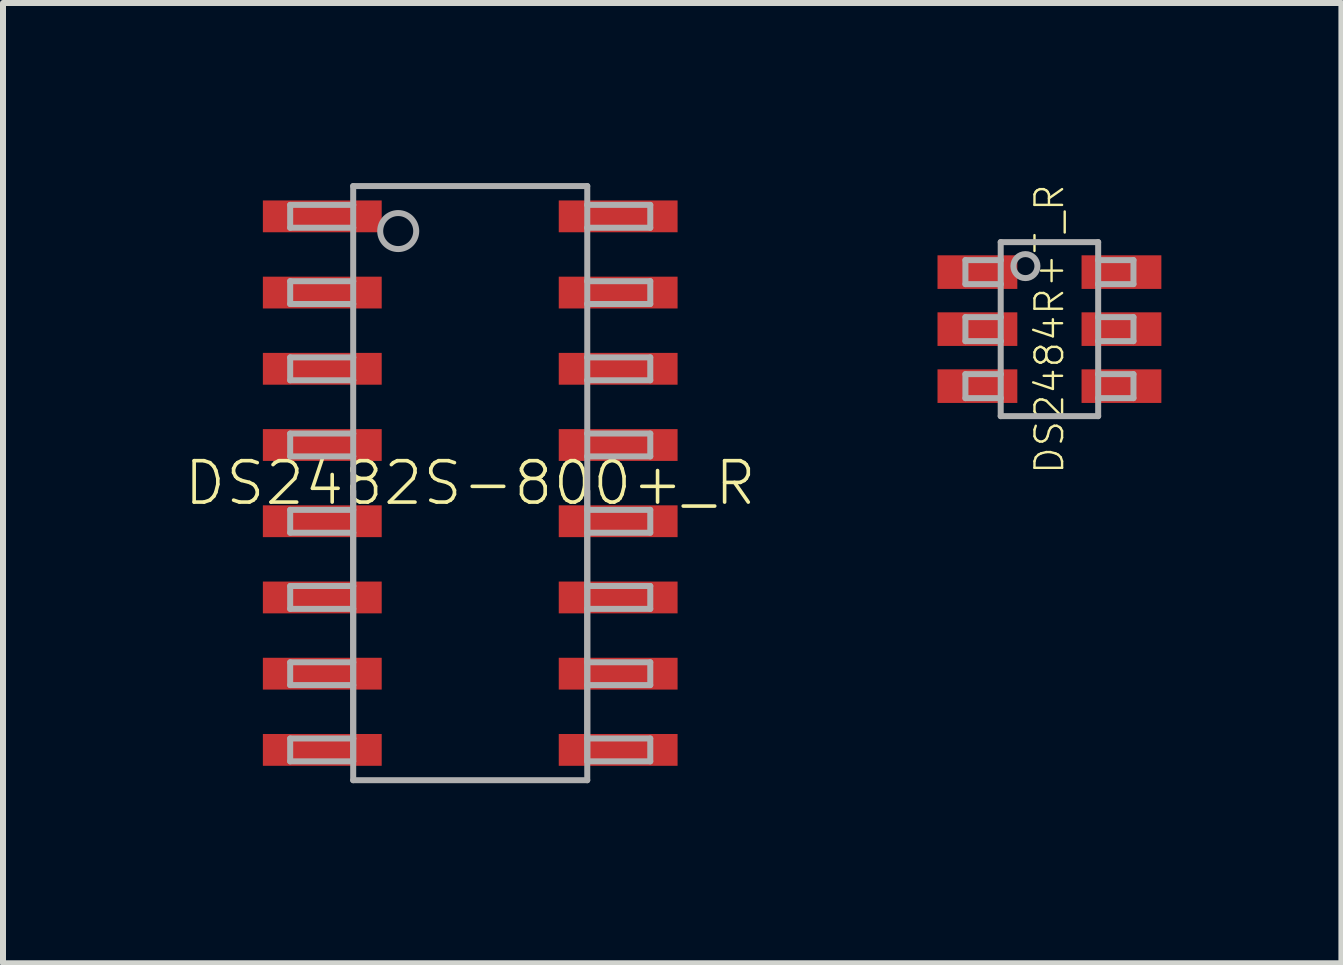
<source format=kicad_pcb>
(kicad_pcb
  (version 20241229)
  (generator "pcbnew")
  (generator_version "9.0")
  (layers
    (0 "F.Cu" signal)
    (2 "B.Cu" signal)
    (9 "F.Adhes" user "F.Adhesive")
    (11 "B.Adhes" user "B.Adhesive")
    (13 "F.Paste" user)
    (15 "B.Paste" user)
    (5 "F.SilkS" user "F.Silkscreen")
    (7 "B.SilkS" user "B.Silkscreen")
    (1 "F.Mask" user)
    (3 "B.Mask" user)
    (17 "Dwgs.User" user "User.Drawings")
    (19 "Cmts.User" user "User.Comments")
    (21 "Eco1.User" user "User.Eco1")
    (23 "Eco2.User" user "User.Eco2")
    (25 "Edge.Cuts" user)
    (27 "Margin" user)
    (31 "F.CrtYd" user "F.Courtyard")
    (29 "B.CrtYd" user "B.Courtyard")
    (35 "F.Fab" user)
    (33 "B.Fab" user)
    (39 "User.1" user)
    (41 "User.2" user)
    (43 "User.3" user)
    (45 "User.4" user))
  (footprint "DS2482S-800+_R"
    (layer "F.Cu")
    (at 4.785 5)
    (property "Reference" "DS2482S-800+_R" (at 0 0 0) (unlocked yes) (layer "F.SilkS") (effects (font (size 0.69 0.69) (thickness 0.06))))
    (fp_poly (pts (xy -1.475 -4.18) (xy -3.455 -4.18) (xy -3.455 -4.71) (xy -1.475 -4.71)) (stroke (width 0) (type default)) (fill yes) (layer "F.Paste"))
    (fp_poly (pts (xy -1.475 -2.91) (xy -3.455 -2.91) (xy -3.455 -3.44) (xy -1.475 -3.44)) (stroke (width 0) (type default)) (fill yes) (layer "F.Paste"))
    (fp_poly (pts (xy -1.475 -1.64) (xy -3.455 -1.64) (xy -3.455 -2.17) (xy -1.475 -2.17)) (stroke (width 0) (type default)) (fill yes) (layer "F.Paste"))
    (fp_poly (pts (xy -1.475 -0.37) (xy -3.455 -0.37) (xy -3.455 -0.9) (xy -1.475 -0.9)) (stroke (width 0) (type default)) (fill yes) (layer "F.Paste"))
    (fp_poly (pts (xy -1.475 0.9) (xy -3.455 0.9) (xy -3.455 0.37) (xy -1.475 0.37)) (stroke (width 0) (type default)) (fill yes) (layer "F.Paste"))
    (fp_poly (pts (xy -1.475 2.17) (xy -3.455 2.17) (xy -3.455 1.64) (xy -1.475 1.64)) (stroke (width 0) (type default)) (fill yes) (layer "F.Paste"))
    (fp_poly (pts (xy -1.475 3.44) (xy -3.455 3.44) (xy -3.455 2.91) (xy -1.475 2.91)) (stroke (width 0) (type default)) (fill yes) (layer "F.Paste"))
    (fp_poly (pts (xy -1.475 4.71) (xy -3.455 4.71) (xy -3.455 4.18) (xy -1.475 4.18)) (stroke (width 0) (type default)) (fill yes) (layer "F.Paste"))
    (fp_poly (pts (xy 3.455 -4.18) (xy 1.475 -4.18) (xy 1.475 -4.71) (xy 3.455 -4.71)) (stroke (width 0) (type default)) (fill yes) (layer "F.Paste"))
    (fp_poly (pts (xy 3.455 -2.91) (xy 1.475 -2.91) (xy 1.475 -3.44) (xy 3.455 -3.44)) (stroke (width 0) (type default)) (fill yes) (layer "F.Paste"))
    (fp_poly (pts (xy 3.455 -1.64) (xy 1.475 -1.64) (xy 1.475 -2.17) (xy 3.455 -2.17)) (stroke (width 0) (type default)) (fill yes) (layer "F.Paste"))
    (fp_poly (pts (xy 3.455 -0.37) (xy 1.475 -0.37) (xy 1.475 -0.9) (xy 3.455 -0.9)) (stroke (width 0) (type default)) (fill yes) (layer "F.Paste"))
    (fp_poly (pts (xy 3.455 0.9) (xy 1.475 0.9) (xy 1.475 0.37) (xy 3.455 0.37)) (stroke (width 0) (type default)) (fill yes) (layer "F.Paste"))
    (fp_poly (pts (xy 3.455 2.17) (xy 1.475 2.17) (xy 1.475 1.64) (xy 3.455 1.64)) (stroke (width 0) (type default)) (fill yes) (layer "F.Paste"))
    (fp_poly (pts (xy 3.455 3.44) (xy 1.475 3.44) (xy 1.475 2.91) (xy 3.455 2.91)) (stroke (width 0) (type default)) (fill yes) (layer "F.Paste"))
    (fp_poly (pts (xy 3.455 4.71) (xy 1.475 4.71) (xy 1.475 4.18) (xy 3.455 4.18)) (stroke (width 0) (type default)) (fill yes) (layer "F.Paste"))
    (fp_line (start -3 -4.636) (end -3 -4.255) (stroke (width 0.1) (type solid)) (layer "F.Fab"))
    (fp_line (start -3 -4.255) (end -1.95 -4.255) (stroke (width 0.1) (type solid)) (layer "F.Fab"))
    (fp_line (start -3 -3.365) (end -3 -2.985) (stroke (width 0.1) (type solid)) (layer "F.Fab"))
    (fp_line (start -3 -2.985) (end -1.95 -2.985) (stroke (width 0.1) (type solid)) (layer "F.Fab"))
    (fp_line (start -3 -2.095) (end -3 -1.714) (stroke (width 0.1) (type solid)) (layer "F.Fab"))
    (fp_line (start -3 -1.714) (end -1.95 -1.714) (stroke (width 0.1) (type solid)) (layer "F.Fab"))
    (fp_line (start -3 -0.826) (end -3 -0.445) (stroke (width 0.1) (type solid)) (layer "F.Fab"))
    (fp_line (start -3 -0.445) (end -1.95 -0.445) (stroke (width 0.1) (type solid)) (layer "F.Fab"))
    (fp_line (start -3 0.445) (end -3 0.826) (stroke (width 0.1) (type solid)) (layer "F.Fab"))
    (fp_line (start -3 0.826) (end -1.95 0.826) (stroke (width 0.1) (type solid)) (layer "F.Fab"))
    (fp_line (start -3 1.714) (end -3 2.095) (stroke (width 0.1) (type solid)) (layer "F.Fab"))
    (fp_line (start -3 2.095) (end -1.95 2.095) (stroke (width 0.1) (type solid)) (layer "F.Fab"))
    (fp_line (start -3 2.985) (end -3 3.365) (stroke (width 0.1) (type solid)) (layer "F.Fab"))
    (fp_line (start -3 3.365) (end -1.95 3.365) (stroke (width 0.1) (type solid)) (layer "F.Fab"))
    (fp_line (start -3 4.255) (end -3 4.636) (stroke (width 0.1) (type solid)) (layer "F.Fab"))
    (fp_line (start -3 4.636) (end -1.95 4.636) (stroke (width 0.1) (type solid)) (layer "F.Fab"))
    (fp_line (start -1.95 -4.95) (end -1.95 -4.636) (stroke (width 0.1) (type solid)) (layer "F.Fab"))
    (fp_line (start -1.95 -4.636) (end -3 -4.636) (stroke (width 0.1) (type solid)) (layer "F.Fab"))
    (fp_line (start -1.95 -4.636) (end -1.95 -4.255) (stroke (width 0.1) (type solid)) (layer "F.Fab"))
    (fp_line (start -1.95 -4.255) (end -1.95 -3.365) (stroke (width 0.1) (type solid)) (layer "F.Fab"))
    (fp_line (start -1.95 -3.365) (end -3 -3.365) (stroke (width 0.1) (type solid)) (layer "F.Fab"))
    (fp_line (start -1.95 -3.365) (end -1.95 -2.985) (stroke (width 0.1) (type solid)) (layer "F.Fab"))
    (fp_line (start -1.95 -2.985) (end -1.95 -2.095) (stroke (width 0.1) (type solid)) (layer "F.Fab"))
    (fp_line (start -1.95 -2.095) (end -3 -2.095) (stroke (width 0.1) (type solid)) (layer "F.Fab"))
    (fp_line (start -1.95 -2.095) (end -1.95 -1.714) (stroke (width 0.1) (type solid)) (layer "F.Fab"))
    (fp_line (start -1.95 -1.714) (end -1.95 -0.826) (stroke (width 0.1) (type solid)) (layer "F.Fab"))
    (fp_line (start -1.95 -0.826) (end -3 -0.826) (stroke (width 0.1) (type solid)) (layer "F.Fab"))
    (fp_line (start -1.95 -0.826) (end -1.95 -0.445) (stroke (width 0.1) (type solid)) (layer "F.Fab"))
    (fp_line (start -1.95 -0.445) (end -1.95 4.95) (stroke (width 0.1) (type solid)) (layer "F.Fab"))
    (fp_line (start -1.95 0.13) (end -1.95 0.445) (stroke (width 0.1) (type solid)) (layer "F.Fab"))
    (fp_line (start -1.95 0.445) (end -3 0.445) (stroke (width 0.1) (type solid)) (layer "F.Fab"))
    (fp_line (start -1.95 0.445) (end -1.95 0.826) (stroke (width 0.1) (type solid)) (layer "F.Fab"))
    (fp_line (start -1.95 0.826) (end -1.95 1.714) (stroke (width 0.1) (type solid)) (layer "F.Fab"))
    (fp_line (start -1.95 1.714) (end -3 1.714) (stroke (width 0.1) (type solid)) (layer "F.Fab"))
    (fp_line (start -1.95 1.714) (end -1.95 2.095) (stroke (width 0.1) (type solid)) (layer "F.Fab"))
    (fp_line (start -1.95 2.095) (end -1.95 2.985) (stroke (width 0.1) (type solid)) (layer "F.Fab"))
    (fp_line (start -1.95 2.985) (end -3 2.985) (stroke (width 0.1) (type solid)) (layer "F.Fab"))
    (fp_line (start -1.95 2.985) (end -1.95 3.365) (stroke (width 0.1) (type solid)) (layer "F.Fab"))
    (fp_line (start -1.95 3.365) (end -1.95 4.255) (stroke (width 0.1) (type solid)) (layer "F.Fab"))
    (fp_line (start -1.95 4.255) (end -3 4.255) (stroke (width 0.1) (type solid)) (layer "F.Fab"))
    (fp_line (start -1.95 4.255) (end -1.95 4.636) (stroke (width 0.1) (type solid)) (layer "F.Fab"))
    (fp_line (start -1.95 4.95) (end 1.95 4.95) (stroke (width 0.1) (type solid)) (layer "F.Fab"))
    (fp_line (start 1.95 -4.95) (end -1.95 -4.95) (stroke (width 0.1) (type solid)) (layer "F.Fab"))
    (fp_line (start 1.95 -4.636) (end 1.95 -4.95) (stroke (width 0.1) (type solid)) (layer "F.Fab"))
    (fp_line (start 1.95 -4.255) (end 1.95 -4.636) (stroke (width 0.1) (type solid)) (layer "F.Fab"))
    (fp_line (start 1.95 -4.255) (end 3 -4.255) (stroke (width 0.1) (type solid)) (layer "F.Fab"))
    (fp_line (start 1.95 -3.365) (end 1.95 -4.255) (stroke (width 0.1) (type solid)) (layer "F.Fab"))
    (fp_line (start 1.95 -2.985) (end 1.95 -3.365) (stroke (width 0.1) (type solid)) (layer "F.Fab"))
    (fp_line (start 1.95 -2.985) (end 3 -2.985) (stroke (width 0.1) (type solid)) (layer "F.Fab"))
    (fp_line (start 1.95 -2.095) (end 1.95 -2.985) (stroke (width 0.1) (type solid)) (layer "F.Fab"))
    (fp_line (start 1.95 -1.714) (end 1.95 -2.095) (stroke (width 0.1) (type solid)) (layer "F.Fab"))
    (fp_line (start 1.95 -1.714) (end 3 -1.714) (stroke (width 0.1) (type solid)) (layer "F.Fab"))
    (fp_line (start 1.95 -0.826) (end 1.95 -1.714) (stroke (width 0.1) (type solid)) (layer "F.Fab"))
    (fp_line (start 1.95 -0.445) (end 1.95 -0.826) (stroke (width 0.1) (type solid)) (layer "F.Fab"))
    (fp_line (start 1.95 -0.445) (end 3 -0.445) (stroke (width 0.1) (type solid)) (layer "F.Fab"))
    (fp_line (start 1.95 0.445) (end 1.95 0.13) (stroke (width 0.1) (type solid)) (layer "F.Fab"))
    (fp_line (start 1.95 0.826) (end 1.95 0.445) (stroke (width 0.1) (type solid)) (layer "F.Fab"))
    (fp_line (start 1.95 0.826) (end 3 0.826) (stroke (width 0.1) (type solid)) (layer "F.Fab"))
    (fp_line (start 1.95 1.714) (end 1.95 0.826) (stroke (width 0.1) (type solid)) (layer "F.Fab"))
    (fp_line (start 1.95 2.095) (end 1.95 1.714) (stroke (width 0.1) (type solid)) (layer "F.Fab"))
    (fp_line (start 1.95 2.095) (end 3 2.095) (stroke (width 0.1) (type solid)) (layer "F.Fab"))
    (fp_line (start 1.95 2.985) (end 1.95 2.095) (stroke (width 0.1) (type solid)) (layer "F.Fab"))
    (fp_line (start 1.95 3.365) (end 1.95 2.985) (stroke (width 0.1) (type solid)) (layer "F.Fab"))
    (fp_line (start 1.95 3.365) (end 3 3.365) (stroke (width 0.1) (type solid)) (layer "F.Fab"))
    (fp_line (start 1.95 4.255) (end 1.95 3.365) (stroke (width 0.1) (type solid)) (layer "F.Fab"))
    (fp_line (start 1.95 4.636) (end 1.95 4.255) (stroke (width 0.1) (type solid)) (layer "F.Fab"))
    (fp_line (start 1.95 4.636) (end 3 4.636) (stroke (width 0.1) (type solid)) (layer "F.Fab"))
    (fp_line (start 1.95 4.95) (end 1.95 -0.445) (stroke (width 0.1) (type solid)) (layer "F.Fab"))
    (fp_line (start 3 -4.636) (end 1.95 -4.636) (stroke (width 0.1) (type solid)) (layer "F.Fab"))
    (fp_line (start 3 -4.255) (end 3 -4.636) (stroke (width 0.1) (type solid)) (layer "F.Fab"))
    (fp_line (start 3 -3.365) (end 1.95 -3.365) (stroke (width 0.1) (type solid)) (layer "F.Fab"))
    (fp_line (start 3 -2.985) (end 3 -3.365) (stroke (width 0.1) (type solid)) (layer "F.Fab"))
    (fp_line (start 3 -2.095) (end 1.95 -2.095) (stroke (width 0.1) (type solid)) (layer "F.Fab"))
    (fp_line (start 3 -1.714) (end 3 -2.095) (stroke (width 0.1) (type solid)) (layer "F.Fab"))
    (fp_line (start 3 -0.826) (end 1.95 -0.826) (stroke (width 0.1) (type solid)) (layer "F.Fab"))
    (fp_line (start 3 -0.445) (end 3 -0.826) (stroke (width 0.1) (type solid)) (layer "F.Fab"))
    (fp_line (start 3 0.445) (end 1.95 0.445) (stroke (width 0.1) (type solid)) (layer "F.Fab"))
    (fp_line (start 3 0.826) (end 3 0.445) (stroke (width 0.1) (type solid)) (layer "F.Fab"))
    (fp_line (start 3 1.714) (end 1.95 1.714) (stroke (width 0.1) (type solid)) (layer "F.Fab"))
    (fp_line (start 3 2.095) (end 3 1.714) (stroke (width 0.1) (type solid)) (layer "F.Fab"))
    (fp_line (start 3 2.985) (end 1.95 2.985) (stroke (width 0.1) (type solid)) (layer "F.Fab"))
    (fp_line (start 3 3.365) (end 3 2.985) (stroke (width 0.1) (type solid)) (layer "F.Fab"))
    (fp_line (start 3 4.255) (end 1.95 4.255) (stroke (width 0.1) (type solid)) (layer "F.Fab"))
    (fp_line (start 3 4.636) (end 3 4.255) (stroke (width 0.1) (type solid)) (layer "F.Fab"))
    (fp_circle (center -1.2 -4.2) (end -0.9 -4.2) (stroke (width 0.1) (type solid)) (fill no) (layer "F.Fab"))
    (pad "1" smd rect (at -2.465 -4.445) (size 1.98 0.53) (layers "F.Cu" "F.Mask"))
    (pad "2" smd rect (at -2.465 -3.175) (size 1.98 0.53) (layers "F.Cu" "F.Mask"))
    (pad "3" smd rect (at -2.465 -1.905) (size 1.98 0.53) (layers "F.Cu" "F.Mask"))
    (pad "4" smd rect (at -2.465 -0.635) (size 1.98 0.53) (layers "F.Cu" "F.Mask"))
    (pad "5" smd rect (at -2.465 0.635) (size 1.98 0.53) (layers "F.Cu" "F.Mask"))
    (pad "6" smd rect (at -2.465 1.905) (size 1.98 0.53) (layers "F.Cu" "F.Mask"))
    (pad "7" smd rect (at -2.465 3.175) (size 1.98 0.53) (layers "F.Cu" "F.Mask"))
    (pad "8" smd rect (at -2.465 4.445) (size 1.98 0.53) (layers "F.Cu" "F.Mask"))
    (pad "9" smd rect (at 2.465 4.445) (size 1.98 0.53) (layers "F.Cu" "F.Mask"))
    (pad "10" smd rect (at 2.465 3.175) (size 1.98 0.53) (layers "F.Cu" "F.Mask"))
    (pad "11" smd rect (at 2.465 1.905) (size 1.98 0.53) (layers "F.Cu" "F.Mask"))
    (pad "12" smd rect (at 2.465 0.635) (size 1.98 0.53) (layers "F.Cu" "F.Mask"))
    (pad "13" smd rect (at 2.465 -0.635) (size 1.98 0.53) (layers "F.Cu" "F.Mask"))
    (pad "14" smd rect (at 2.465 -1.905) (size 1.98 0.53) (layers "F.Cu" "F.Mask"))
    (pad "15" smd rect (at 2.465 -3.175) (size 1.98 0.53) (layers "F.Cu" "F.Mask"))
    (pad "16" smd rect (at 2.465 -4.445) (size 1.98 0.53) (layers "F.Cu" "F.Mask")))
  (footprint "DS2484R+T_R"
    (layer "F.Cu")
    (at 14.436 2.434)
    (property "Reference" "DS2484R+T_R" (at 0 0 90) (unlocked yes) (layer "F.SilkS") (effects (font (size 0.46 0.46) (thickness 0.04))))
    (fp_poly (pts (xy -0.535 -0.67) (xy -1.865 -0.67) (xy -1.865 -1.23) (xy -0.535 -1.23)) (stroke (width 0) (type default)) (fill yes) (layer "F.Paste"))
    (fp_poly (pts (xy -0.535 0.28) (xy -1.865 0.28) (xy -1.865 -0.28) (xy -0.535 -0.28)) (stroke (width 0) (type default)) (fill yes) (layer "F.Paste"))
    (fp_poly (pts (xy -0.535 1.23) (xy -1.865 1.23) (xy -1.865 0.67) (xy -0.535 0.67)) (stroke (width 0) (type default)) (fill yes) (layer "F.Paste"))
    (fp_poly (pts (xy 1.865 -0.67) (xy 0.535 -0.67) (xy 0.535 -1.23) (xy 1.865 -1.23)) (stroke (width 0) (type default)) (fill yes) (layer "F.Paste"))
    (fp_poly (pts (xy 1.865 0.28) (xy 0.535 0.28) (xy 0.535 -0.28) (xy 1.865 -0.28)) (stroke (width 0) (type default)) (fill yes) (layer "F.Paste"))
    (fp_poly (pts (xy 1.865 1.23) (xy 0.535 1.23) (xy 0.535 0.67) (xy 1.865 0.67)) (stroke (width 0) (type default)) (fill yes) (layer "F.Paste"))
    (fp_line (start -1.4 -1.15) (end -1.4 -0.75) (stroke (width 0.1) (type solid)) (layer "F.Fab"))
    (fp_line (start -1.4 -0.75) (end -0.812 -0.75) (stroke (width 0.1) (type solid)) (layer "F.Fab"))
    (fp_line (start -1.4 -0.2) (end -1.4 0.2) (stroke (width 0.1) (type solid)) (layer "F.Fab"))
    (fp_line (start -1.4 0.2) (end -0.812 0.2) (stroke (width 0.1) (type solid)) (layer "F.Fab"))
    (fp_line (start -1.4 0.75) (end -1.4 1.15) (stroke (width 0.1) (type solid)) (layer "F.Fab"))
    (fp_line (start -1.4 1.15) (end -0.812 1.15) (stroke (width 0.1) (type solid)) (layer "F.Fab"))
    (fp_line (start -0.812 -1.45) (end -0.812 -1.15) (stroke (width 0.1) (type solid)) (layer "F.Fab"))
    (fp_line (start -0.812 -1.15) (end -1.4 -1.15) (stroke (width 0.1) (type solid)) (layer "F.Fab"))
    (fp_line (start -0.812 -1.15) (end -0.812 -0.75) (stroke (width 0.1) (type solid)) (layer "F.Fab"))
    (fp_line (start -0.812 -0.75) (end -0.812 -0.2) (stroke (width 0.1) (type solid)) (layer "F.Fab"))
    (fp_line (start -0.812 -0.2) (end -1.4 -0.2) (stroke (width 0.1) (type solid)) (layer "F.Fab"))
    (fp_line (start -0.812 -0.2) (end -0.812 0.2) (stroke (width 0.1) (type solid)) (layer "F.Fab"))
    (fp_line (start -0.812 0.2) (end -0.812 0.75) (stroke (width 0.1) (type solid)) (layer "F.Fab"))
    (fp_line (start -0.812 0.75) (end -1.4 0.75) (stroke (width 0.1) (type solid)) (layer "F.Fab"))
    (fp_line (start -0.812 0.75) (end -0.812 1.15) (stroke (width 0.1) (type solid)) (layer "F.Fab"))
    (fp_line (start -0.812 1.15) (end -0.812 1.45) (stroke (width 0.1) (type solid)) (layer "F.Fab"))
    (fp_line (start -0.812 1.45) (end 0.812 1.45) (stroke (width 0.1) (type solid)) (layer "F.Fab"))
    (fp_line (start 0.812 -1.45) (end -0.812 -1.45) (stroke (width 0.1) (type solid)) (layer "F.Fab"))
    (fp_line (start 0.812 -1.15) (end 0.812 -1.45) (stroke (width 0.1) (type solid)) (layer "F.Fab"))
    (fp_line (start 0.812 -0.75) (end 0.812 -1.15) (stroke (width 0.1) (type solid)) (layer "F.Fab"))
    (fp_line (start 0.812 -0.75) (end 1.4 -0.75) (stroke (width 0.1) (type solid)) (layer "F.Fab"))
    (fp_line (start 0.812 -0.2) (end 0.812 -0.75) (stroke (width 0.1) (type solid)) (layer "F.Fab"))
    (fp_line (start 0.812 0.2) (end 0.812 -0.2) (stroke (width 0.1) (type solid)) (layer "F.Fab"))
    (fp_line (start 0.812 0.2) (end 1.4 0.2) (stroke (width 0.1) (type solid)) (layer "F.Fab"))
    (fp_line (start 0.812 0.75) (end 0.812 0.2) (stroke (width 0.1) (type solid)) (layer "F.Fab"))
    (fp_line (start 0.812 1.15) (end 0.812 0.75) (stroke (width 0.1) (type solid)) (layer "F.Fab"))
    (fp_line (start 0.812 1.15) (end 1.4 1.15) (stroke (width 0.1) (type solid)) (layer "F.Fab"))
    (fp_line (start 0.812 1.45) (end 0.812 1.15) (stroke (width 0.1) (type solid)) (layer "F.Fab"))
    (fp_line (start 1.4 -1.15) (end 0.812 -1.15) (stroke (width 0.1) (type solid)) (layer "F.Fab"))
    (fp_line (start 1.4 -0.75) (end 1.4 -1.15) (stroke (width 0.1) (type solid)) (layer "F.Fab"))
    (fp_line (start 1.4 -0.2) (end 0.812 -0.2) (stroke (width 0.1) (type solid)) (layer "F.Fab"))
    (fp_line (start 1.4 0.2) (end 1.4 -0.2) (stroke (width 0.1) (type solid)) (layer "F.Fab"))
    (fp_line (start 1.4 0.75) (end 0.812 0.75) (stroke (width 0.1) (type solid)) (layer "F.Fab"))
    (fp_line (start 1.4 1.15) (end 1.4 0.75) (stroke (width 0.1) (type solid)) (layer "F.Fab"))
    (fp_circle (center -0.4 -1.05) (end -0.2 -1.05) (stroke (width 0.1) (type solid)) (fill no) (layer "F.Fab"))
    (pad "1" smd rect (at -1.2 -0.95) (size 1.33 0.56) (layers "F.Cu" "F.Mask"))
    (pad "2" smd rect (at -1.2 0) (size 1.33 0.56) (layers "F.Cu" "F.Mask"))
    (pad "3" smd rect (at -1.2 0.95) (size 1.33 0.56) (layers "F.Cu" "F.Mask"))
    (pad "4" smd rect (at 1.2 0.95) (size 1.33 0.56) (layers "F.Cu" "F.Mask"))
    (pad "5" smd rect (at 1.2 0) (size 1.33 0.56) (layers "F.Cu" "F.Mask"))
    (pad "6" smd rect (at 1.2 -0.95) (size 1.33 0.56) (layers "F.Cu" "F.Mask")))
  (gr_rect
    (start -3 -3)
    (end 19.301 13)
    (stroke (width 0.1) (type default))
    (fill no)
    (layer "Edge.Cuts")))
</source>
